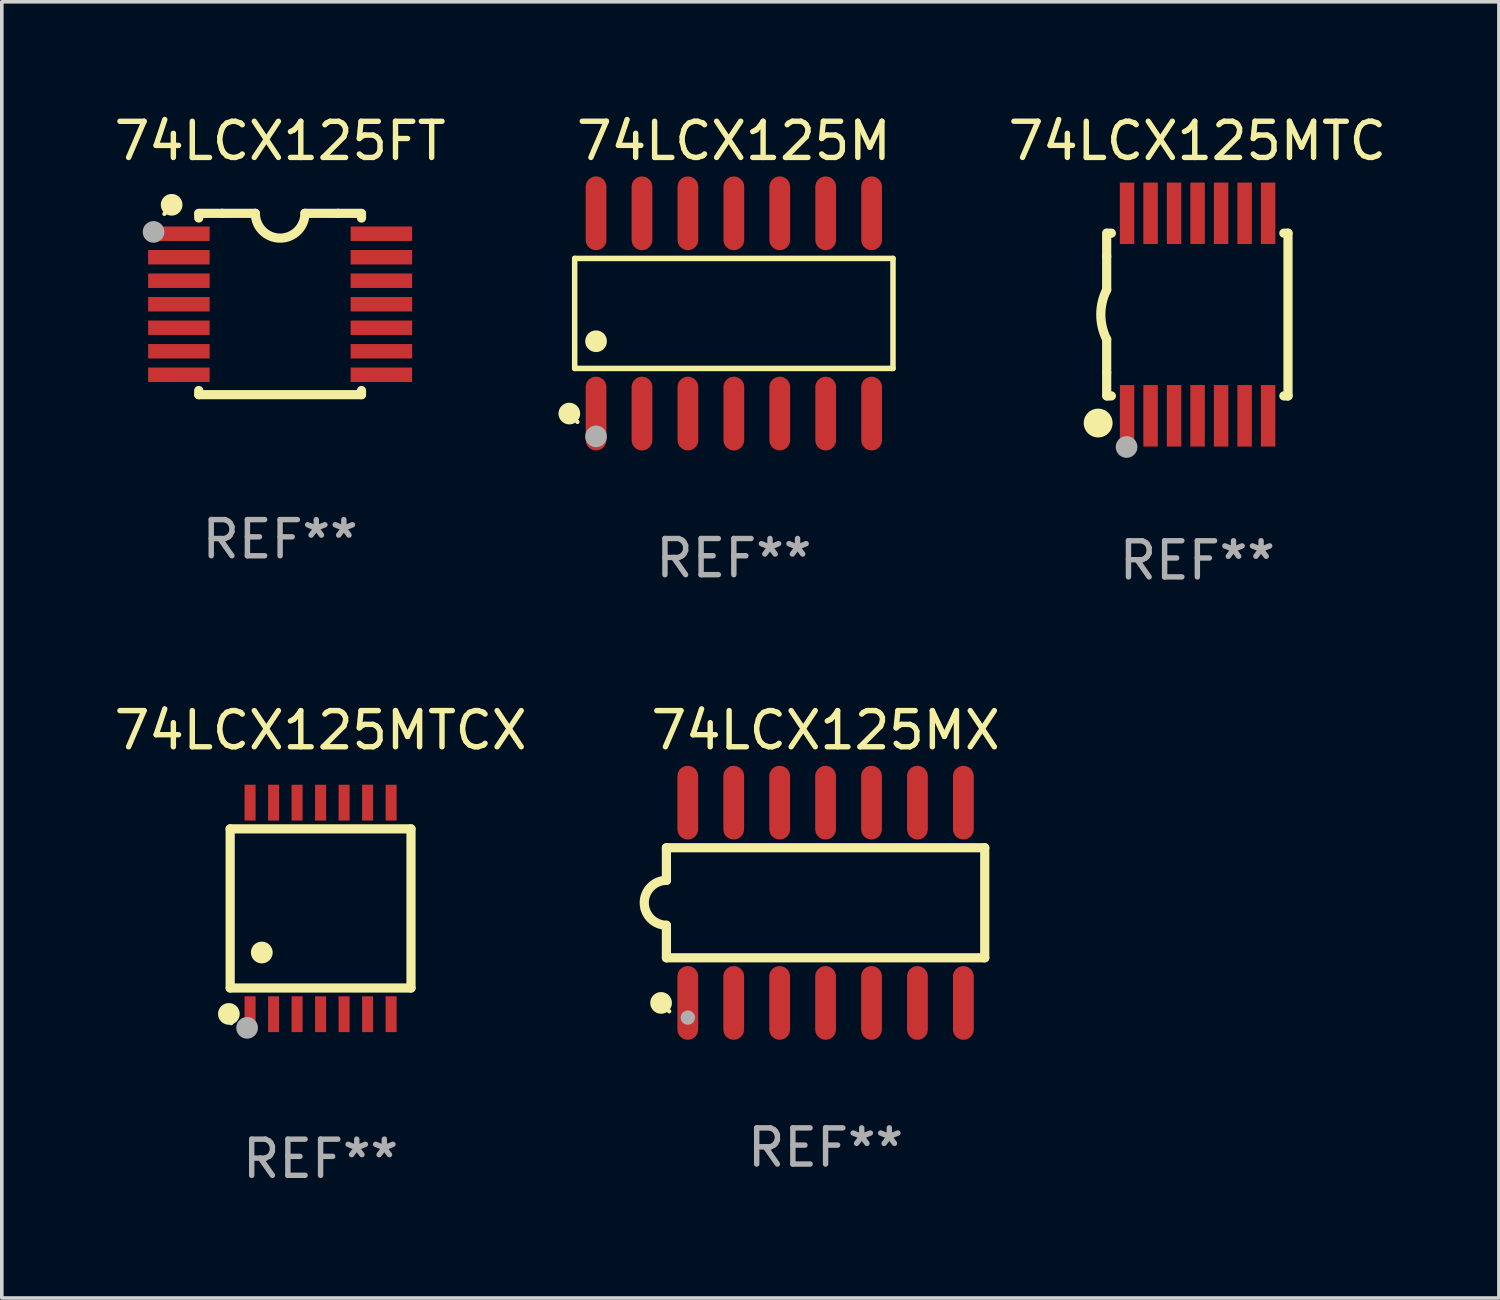
<source format=kicad_pcb>
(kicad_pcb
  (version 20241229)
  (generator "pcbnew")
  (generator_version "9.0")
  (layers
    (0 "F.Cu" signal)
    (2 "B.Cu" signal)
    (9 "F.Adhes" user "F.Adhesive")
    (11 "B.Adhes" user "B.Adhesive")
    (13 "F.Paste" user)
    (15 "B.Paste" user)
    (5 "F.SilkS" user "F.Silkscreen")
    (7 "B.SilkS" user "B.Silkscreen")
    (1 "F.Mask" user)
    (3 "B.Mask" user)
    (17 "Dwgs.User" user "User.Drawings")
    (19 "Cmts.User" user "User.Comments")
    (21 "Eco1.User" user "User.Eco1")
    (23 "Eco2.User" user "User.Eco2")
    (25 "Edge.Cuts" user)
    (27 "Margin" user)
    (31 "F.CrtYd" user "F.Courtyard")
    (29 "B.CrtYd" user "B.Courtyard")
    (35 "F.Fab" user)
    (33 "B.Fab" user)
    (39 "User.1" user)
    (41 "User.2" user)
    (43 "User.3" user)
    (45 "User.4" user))
  (footprint "74LCX125MX"
    (layer "F.Cu")
    (at 19.779 21.914)
    (property "Reference" "74LCX125MX" (at 0 -4.769 0) (layer "F.SilkS") (effects (font (size 1 1) (thickness 0.15))))
    (attr through_hole)
    (fp_line (start -4.401 -1.522) (end -4.401 -0.622) (stroke (width 0.254) (type solid)) (layer "F.SilkS"))
    (fp_line (start -4.401 -1.522) (end 4.401 -1.522) (stroke (width 0.254) (type solid)) (layer "F.SilkS"))
    (fp_line (start -4.401 1.521) (end -4.401 0.621) (stroke (width 0.254) (type solid)) (layer "F.SilkS"))
    (fp_line (start 4.401 -1.522) (end 4.401 1.521) (stroke (width 0.254) (type solid)) (layer "F.SilkS"))
    (fp_line (start 4.401 1.521) (end -4.401 1.521) (stroke (width 0.254) (type solid)) (layer "F.SilkS"))
    (fp_arc (start -4.401219 0.621311) (mid -5.021261 -0.000419) (end -4.400101 -0.621032) (stroke (width 0.254001) (type solid)) (layer "F.SilkS"))
    (fp_circle (center -4.549 2.769) (end -4.399 2.769) (stroke (width 0.3) (type solid)) (fill no) (layer "F.SilkS"))
    (fp_circle (center -4.325 3) (end -4.295 3) (stroke (width 0.06) (type solid)) (fill no) (layer "F.SilkS"))
    (fp_circle (center -3.81 3.175) (end -3.71 3.175) (stroke (width 0.2) (type solid)) (fill no) (layer "F.Fab"))
    (fp_text user "REF**" (at 0 6.769 0) (layer "F.Fab") (effects (font (size 1 1) (thickness 0.15))))
    (pad "1" smd oval (at -3.81 2.769) (size 0.574 2.038) (layers "F.Cu" "F.Mask" "F.Paste"))
    (pad "2" smd oval (at -2.54 2.769) (size 0.574 2.038) (layers "F.Cu" "F.Mask" "F.Paste"))
    (pad "3" smd oval (at -1.27 2.769) (size 0.574 2.038) (layers "F.Cu" "F.Mask" "F.Paste"))
    (pad "4" smd oval (at -0.000051 2.769) (size 0.574 2.038) (layers "F.Cu" "F.Mask" "F.Paste"))
    (pad "5" smd oval (at 1.27 2.769) (size 0.574 2.038) (layers "F.Cu" "F.Mask" "F.Paste"))
    (pad "6" smd oval (at 2.54 2.769) (size 0.574 2.038) (layers "F.Cu" "F.Mask" "F.Paste"))
    (pad "7" smd oval (at 3.81 2.769) (size 0.574 2.038) (layers "F.Cu" "F.Mask" "F.Paste"))
    (pad "8" smd oval (at 3.81 -2.769) (size 0.574 2.038) (layers "F.Cu" "F.Mask" "F.Paste"))
    (pad "9" smd oval (at 2.54 -2.769) (size 0.574 2.038) (layers "F.Cu" "F.Mask" "F.Paste"))
    (pad "10" smd oval (at 1.27 -2.769) (size 0.574 2.038) (layers "F.Cu" "F.Mask" "F.Paste"))
    (pad "11" smd oval (at -0.000051 -2.769) (size 0.574 2.038) (layers "F.Cu" "F.Mask" "F.Paste"))
    (pad "12" smd oval (at -1.27 -2.769) (size 0.574 2.038) (layers "F.Cu" "F.Mask" "F.Paste"))
    (pad "13" smd oval (at -2.54 -2.769) (size 0.574 2.038) (layers "F.Cu" "F.Mask" "F.Paste"))
    (pad "14" smd oval (at -3.81 -2.769) (size 0.574 2.038) (layers "F.Cu" "F.Mask" "F.Paste")))
  (footprint "74LCX125M"
    (layer "F.Cu")
    (at 17.242 5.617)
    (property "Reference" "74LCX125M" (at 0 -4.769 0) (layer "F.SilkS") (effects (font (size 1 1) (thickness 0.15))))
    (attr through_hole)
    (fp_line (start -4.401 -1.521) (end 4.401 -1.521) (stroke (width 0.152) (type solid)) (layer "F.SilkS"))
    (fp_line (start -4.401 1.521) (end -4.401 -1.521) (stroke (width 0.152) (type solid)) (layer "F.SilkS"))
    (fp_line (start 4.401 -1.521) (end 4.401 1.521) (stroke (width 0.152) (type solid)) (layer "F.SilkS"))
    (fp_line (start 4.401 1.521) (end -4.401 1.521) (stroke (width 0.152) (type solid)) (layer "F.SilkS"))
    (fp_circle (center -4.549 2.769) (end -4.399 2.769) (stroke (width 0.3) (type solid)) (fill no) (layer "F.SilkS"))
    (fp_circle (center -4.325 3) (end -4.295 3) (stroke (width 0.06) (type solid)) (fill no) (layer "F.SilkS"))
    (fp_circle (center -3.81 0.769) (end -3.66 0.769) (stroke (width 0.3) (type solid)) (fill no) (layer "F.SilkS"))
    (fp_circle (center -3.81 3.4) (end -3.66 3.4) (stroke (width 0.3) (type solid)) (fill no) (layer "F.Fab"))
    (fp_text user "REF**" (at 0 6.769 0) (layer "F.Fab") (effects (font (size 1 1) (thickness 0.15))))
    (pad "1" smd oval (at -3.81 2.769) (size 0.574 2.038) (layers "F.Cu" "F.Mask" "F.Paste"))
    (pad "2" smd oval (at -2.54 2.769) (size 0.574 2.038) (layers "F.Cu" "F.Mask" "F.Paste"))
    (pad "3" smd oval (at -1.27 2.769) (size 0.574 2.038) (layers "F.Cu" "F.Mask" "F.Paste"))
    (pad "4" smd oval (at 0 2.769) (size 0.574 2.038) (layers "F.Cu" "F.Mask" "F.Paste"))
    (pad "5" smd oval (at 1.27 2.769) (size 0.574 2.038) (layers "F.Cu" "F.Mask" "F.Paste"))
    (pad "6" smd oval (at 2.54 2.769) (size 0.574 2.038) (layers "F.Cu" "F.Mask" "F.Paste"))
    (pad "7" smd oval (at 3.81 2.769) (size 0.574 2.038) (layers "F.Cu" "F.Mask" "F.Paste"))
    (pad "8" smd oval (at 3.81 -2.769) (size 0.574 2.038) (layers "F.Cu" "F.Mask" "F.Paste"))
    (pad "9" smd oval (at 2.54 -2.769) (size 0.574 2.038) (layers "F.Cu" "F.Mask" "F.Paste"))
    (pad "10" smd oval (at 1.27 -2.769) (size 0.574 2.038) (layers "F.Cu" "F.Mask" "F.Paste"))
    (pad "11" smd oval (at 0 -2.769) (size 0.574 2.038) (layers "F.Cu" "F.Mask" "F.Paste"))
    (pad "12" smd oval (at -1.27 -2.769) (size 0.574 2.038) (layers "F.Cu" "F.Mask" "F.Paste"))
    (pad "13" smd oval (at -2.54 -2.769) (size 0.574 2.038) (layers "F.Cu" "F.Mask" "F.Paste"))
    (pad "14" smd oval (at -3.81 -2.769) (size 0.574 2.038) (layers "F.Cu" "F.Mask" "F.Paste")))
  (footprint "74LCX125MTC"
    (layer "F.Cu")
    (at 30.059 5.648)
    (property "Reference" "74LCX125MTC" (at 0 -4.8 0) (layer "F.SilkS") (effects (font (size 1 1) (thickness 0.15))))
    (attr through_hole)
    (fp_line (start -2.507 -1.6) (end -2.507 -2.25) (stroke (width 0.254) (type solid)) (layer "F.SilkS"))
    (fp_line (start -2.507 -0.686) (end -2.507 -1.6) (stroke (width 0.254) (type solid)) (layer "F.SilkS"))
    (fp_line (start -2.507 1.6) (end -2.507 0.686) (stroke (width 0.254) (type solid)) (layer "F.SilkS"))
    (fp_line (start -2.507 1.6) (end -2.507 2.25) (stroke (width 0.254) (type solid)) (layer "F.SilkS"))
    (fp_line (start -2.493 -2.25) (end -2.377 -2.25) (stroke (width 0.254) (type solid)) (layer "F.SilkS"))
    (fp_line (start -2.377 2.25) (end -2.493 2.25) (stroke (width 0.254) (type solid)) (layer "F.SilkS"))
    (fp_line (start 2.392 -2.25) (end 2.507 -2.25) (stroke (width 0.254) (type solid)) (layer "F.SilkS"))
    (fp_line (start 2.507 -2.25) (end 2.507 2.25) (stroke (width 0.254) (type solid)) (layer "F.SilkS"))
    (fp_line (start 2.507 2.25) (end 2.392 2.25) (stroke (width 0.254) (type solid)) (layer "F.SilkS"))
    (fp_arc (start -2.507303 0.685802) (mid -2.669199 0) (end -2.507303 -0.685801) (stroke (width 0.254001) (type solid)) (layer "F.SilkS"))
    (fp_circle (center -2.743 3) (end -2.543 3) (stroke (width 0.4) (type solid)) (fill no) (layer "F.SilkS"))
    (fp_circle (center -2.493 3.2) (end -2.463 3.2) (stroke (width 0.06) (type solid)) (fill no) (layer "F.SilkS"))
    (fp_circle (center -1.957 3.662) (end -1.807 3.662) (stroke (width 0.3) (type solid)) (fill no) (layer "F.Fab"))
    (fp_text user "REF**" (at 0 6.8 0) (layer "F.Fab") (effects (font (size 1 1) (thickness 0.15))))
    (pad "1" smd rect (at -1.943 2.8) (size 0.4 1.7) (layers "F.Cu" "F.Mask" "F.Paste"))
    (pad "2" smd rect (at -1.293 2.8) (size 0.4 1.7) (layers "F.Cu" "F.Mask" "F.Paste"))
    (pad "3" smd rect (at -0.643 2.8) (size 0.4 1.7) (layers "F.Cu" "F.Mask" "F.Paste"))
    (pad "4" smd rect (at 0.007 2.8) (size 0.4 1.7) (layers "F.Cu" "F.Mask" "F.Paste"))
    (pad "5" smd rect (at 0.657 2.8) (size 0.4 1.7) (layers "F.Cu" "F.Mask" "F.Paste"))
    (pad "6" smd rect (at 1.307 2.8) (size 0.4 1.7) (layers "F.Cu" "F.Mask" "F.Paste"))
    (pad "7" smd rect (at 1.957 2.8) (size 0.4 1.7) (layers "F.Cu" "F.Mask" "F.Paste"))
    (pad "8" smd rect (at 1.957 -2.8) (size 0.4 1.7) (layers "F.Cu" "F.Mask" "F.Paste"))
    (pad "9" smd rect (at 1.307 -2.8) (size 0.4 1.7) (layers "F.Cu" "F.Mask" "F.Paste"))
    (pad "10" smd rect (at 0.657 -2.8) (size 0.4 1.7) (layers "F.Cu" "F.Mask" "F.Paste"))
    (pad "11" smd rect (at 0.007 -2.8) (size 0.4 1.7) (layers "F.Cu" "F.Mask" "F.Paste"))
    (pad "12" smd rect (at -0.643 -2.8) (size 0.4 1.7) (layers "F.Cu" "F.Mask" "F.Paste"))
    (pad "13" smd rect (at -1.293 -2.8) (size 0.4 1.7) (layers "F.Cu" "F.Mask" "F.Paste"))
    (pad "14" smd rect (at -1.943 -2.8) (size 0.4 1.7) (layers "F.Cu" "F.Mask" "F.Paste")))
  (footprint "74LCX125FT"
    (layer "F.Cu")
    (at 4.696 5.356)
    (property "Reference" "74LCX125FT" (at 0 -4.507 0) (layer "F.SilkS") (effects (font (size 1 1) (thickness 0.15))))
    (attr through_hole)
    (fp_line (start -2.25 -2.377) (end -2.25 -2.493) (stroke (width 0.254) (type solid)) (layer "F.SilkS"))
    (fp_line (start -2.25 2.507) (end -2.25 2.392) (stroke (width 0.254) (type solid)) (layer "F.SilkS"))
    (fp_line (start -1.6 -2.507) (end -2.25 -2.507) (stroke (width 0.254) (type solid)) (layer "F.SilkS"))
    (fp_line (start -1.6 -2.507) (end -0.686 -2.507) (stroke (width 0.254) (type solid)) (layer "F.SilkS"))
    (fp_line (start 0.686 -2.507) (end 1.6 -2.507) (stroke (width 0.254) (type solid)) (layer "F.SilkS"))
    (fp_line (start 1.6 -2.507) (end 2.25 -2.507) (stroke (width 0.254) (type solid)) (layer "F.SilkS"))
    (fp_line (start 2.25 -2.493) (end 2.25 -2.377) (stroke (width 0.254) (type solid)) (layer "F.SilkS"))
    (fp_line (start 2.25 2.392) (end 2.25 2.507) (stroke (width 0.254) (type solid)) (layer "F.SilkS"))
    (fp_line (start 2.25 2.507) (end -2.25 2.507) (stroke (width 0.254) (type solid)) (layer "F.SilkS"))
    (fp_arc (start 0.685852 -2.507303) (mid 0.000051 -1.821502) (end -0.68575 -2.507303) (stroke (width 0.254001) (type solid)) (layer "F.SilkS"))
    (fp_circle (center -3.2 -2.493) (end -3.17 -2.493) (stroke (width 0.06) (type solid)) (fill no) (layer "F.SilkS"))
    (fp_circle (center -3 -2.743) (end -2.85 -2.743) (stroke (width 0.3) (type solid)) (fill no) (layer "F.SilkS"))
    (fp_circle (center -3.5 -1.993) (end -3.35 -1.993) (stroke (width 0.3) (type solid)) (fill no) (layer "F.Fab"))
    (fp_text user "REF**" (at 0 6.507 0) (layer "F.Fab") (effects (font (size 1 1) (thickness 0.15))))
    (pad "1" smd rect (at -2.8 -1.943) (size 1.7 0.4) (layers "F.Cu" "F.Mask" "F.Paste"))
    (pad "2" smd rect (at -2.8 -1.293) (size 1.7 0.4) (layers "F.Cu" "F.Mask" "F.Paste"))
    (pad "3" smd rect (at -2.8 -0.643) (size 1.7 0.4) (layers "F.Cu" "F.Mask" "F.Paste"))
    (pad "4" smd rect (at -2.8 0.007) (size 1.7 0.4) (layers "F.Cu" "F.Mask" "F.Paste"))
    (pad "5" smd rect (at -2.8 0.657) (size 1.7 0.4) (layers "F.Cu" "F.Mask" "F.Paste"))
    (pad "6" smd rect (at -2.8 1.307) (size 1.7 0.4) (layers "F.Cu" "F.Mask" "F.Paste"))
    (pad "7" smd rect (at -2.8 1.957) (size 1.7 0.4) (layers "F.Cu" "F.Mask" "F.Paste"))
    (pad "8" smd rect (at 2.8 1.957) (size 1.7 0.4) (layers "F.Cu" "F.Mask" "F.Paste"))
    (pad "9" smd rect (at 2.8 1.307) (size 1.7 0.4) (layers "F.Cu" "F.Mask" "F.Paste"))
    (pad "10" smd rect (at 2.8 0.657) (size 1.7 0.4) (layers "F.Cu" "F.Mask" "F.Paste"))
    (pad "11" smd rect (at 2.8 0.007) (size 1.7 0.4) (layers "F.Cu" "F.Mask" "F.Paste"))
    (pad "12" smd rect (at 2.8 -0.643) (size 1.7 0.4) (layers "F.Cu" "F.Mask" "F.Paste"))
    (pad "13" smd rect (at 2.8 -1.293) (size 1.7 0.4) (layers "F.Cu" "F.Mask" "F.Paste"))
    (pad "14" smd rect (at 2.8 -1.943) (size 1.7 0.4) (layers "F.Cu" "F.Mask" "F.Paste")))
  (footprint "74LCX125MTCX"
    (layer "F.Cu")
    (at 5.815 22.07)
    (property "Reference" "74LCX125MTCX" (at 0 -4.925 0) (layer "F.SilkS") (effects (font (size 1 1) (thickness 0.15))))
    (attr through_hole)
    (fp_line (start -2.5 2.2) (end -2.5 -2.2) (stroke (width 0.254) (type solid)) (layer "F.SilkS"))
    (fp_line (start -2.5 2.2) (end 2.5 2.2) (stroke (width 0.254) (type solid)) (layer "F.SilkS"))
    (fp_line (start 2.5 -2.2) (end -2.5 -2.2) (stroke (width 0.254) (type solid)) (layer "F.SilkS"))
    (fp_line (start 2.5 -2.2) (end 2.5 2.2) (stroke (width 0.254) (type solid)) (layer "F.SilkS"))
    (fp_circle (center -2.536 2.917) (end -2.386 2.917) (stroke (width 0.3) (type solid)) (fill no) (layer "F.SilkS"))
    (fp_circle (center -2.47 3.17) (end -2.44 3.17) (stroke (width 0.06) (type solid)) (fill no) (layer "F.SilkS"))
    (fp_circle (center -1.626 1.219) (end -1.475 1.219) (stroke (width 0.3) (type solid)) (fill no) (layer "F.SilkS"))
    (fp_circle (center -2.032 3.302) (end -1.882 3.302) (stroke (width 0.3) (type solid)) (fill no) (layer "F.Fab"))
    (fp_text user "REF**" (at 0 6.925 0) (layer "F.Fab") (effects (font (size 1 1) (thickness 0.15))))
    (pad "1" smd rect (at -1.95 2.925) (size 0.305 0.991) (layers "F.Cu" "F.Mask" "F.Paste"))
    (pad "2" smd rect (at -1.3 2.925) (size 0.305 0.991) (layers "F.Cu" "F.Mask" "F.Paste"))
    (pad "3" smd rect (at -0.65 2.925) (size 0.305 0.991) (layers "F.Cu" "F.Mask" "F.Paste"))
    (pad "4" smd rect (at 0 2.925) (size 0.305 0.991) (layers "F.Cu" "F.Mask" "F.Paste"))
    (pad "5" smd rect (at 0.65 2.925) (size 0.305 0.991) (layers "F.Cu" "F.Mask" "F.Paste"))
    (pad "6" smd rect (at 1.3 2.925) (size 0.305 0.991) (layers "F.Cu" "F.Mask" "F.Paste"))
    (pad "7" smd rect (at 1.95 2.925) (size 0.305 0.991) (layers "F.Cu" "F.Mask" "F.Paste"))
    (pad "8" smd rect (at 1.95 -2.925) (size 0.305 0.991) (layers "F.Cu" "F.Mask" "F.Paste"))
    (pad "9" smd rect (at 1.3 -2.925) (size 0.305 0.991) (layers "F.Cu" "F.Mask" "F.Paste"))
    (pad "10" smd rect (at 0.65 -2.925) (size 0.305 0.991) (layers "F.Cu" "F.Mask" "F.Paste"))
    (pad "11" smd rect (at 0 -2.925) (size 0.305 0.991) (layers "F.Cu" "F.Mask" "F.Paste"))
    (pad "12" smd rect (at -0.65 -2.925) (size 0.305 0.991) (layers "F.Cu" "F.Mask" "F.Paste"))
    (pad "13" smd rect (at -1.3 -2.925) (size 0.305 0.991) (layers "F.Cu" "F.Mask" "F.Paste"))
    (pad "14" smd rect (at -1.95 -2.925) (size 0.305 0.991) (layers "F.Cu" "F.Mask" "F.Paste")))
  (gr_rect
    (start -3 -3)
    (end 38.398 32.843)
    (stroke (width 0.1) (type default))
    (fill no)
    (layer "Edge.Cuts")))
</source>
